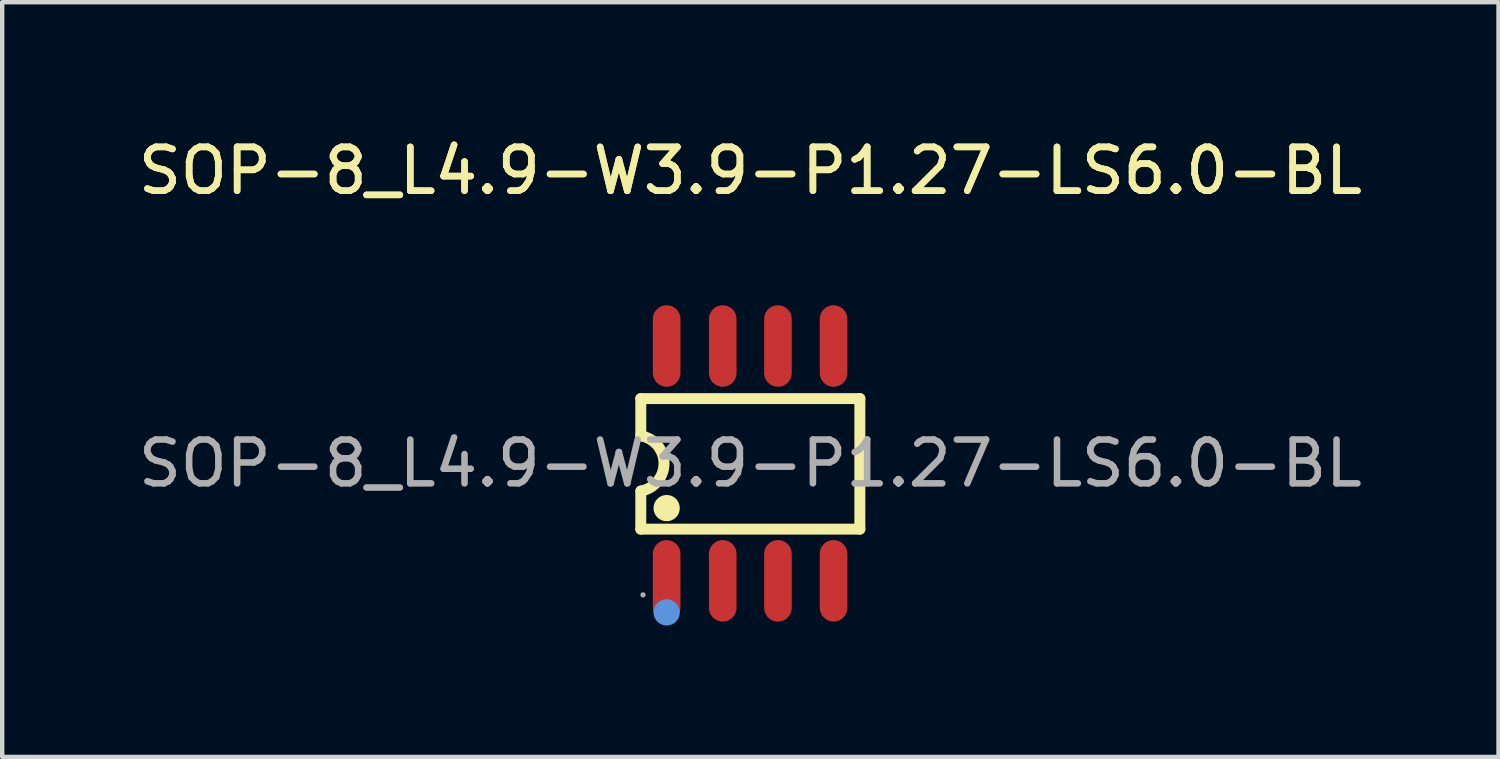
<source format=kicad_pcb>
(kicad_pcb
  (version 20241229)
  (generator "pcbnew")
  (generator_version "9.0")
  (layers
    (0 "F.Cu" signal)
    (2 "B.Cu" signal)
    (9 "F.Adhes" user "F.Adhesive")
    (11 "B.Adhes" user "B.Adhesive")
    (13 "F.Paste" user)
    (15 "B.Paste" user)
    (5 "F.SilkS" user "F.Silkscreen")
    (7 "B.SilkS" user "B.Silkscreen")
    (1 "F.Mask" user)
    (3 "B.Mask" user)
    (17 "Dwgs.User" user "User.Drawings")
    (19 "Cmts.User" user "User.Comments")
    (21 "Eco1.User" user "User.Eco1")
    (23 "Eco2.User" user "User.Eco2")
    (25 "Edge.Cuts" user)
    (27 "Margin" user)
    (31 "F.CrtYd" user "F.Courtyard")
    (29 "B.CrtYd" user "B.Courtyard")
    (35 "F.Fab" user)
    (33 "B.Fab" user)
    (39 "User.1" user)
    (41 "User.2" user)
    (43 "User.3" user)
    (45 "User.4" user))
  (footprint "SOP-8_L4.9-W3.9-P1.27-LS6.0-BL"
    (layer "F.Cu")
    (at 14.077 7.528)
    (property "Reference" "SOP-8_L4.9-W3.9-P1.27-LS6.0-BL" (at 0 -6.68 0) (layer "F.SilkS") (effects (font (size 1 1) (thickness 0.15))))
    (attr smd)
    (fp_line (start -2.5 -1.48) (end 2.5 -1.48) (stroke (width 0.25) (type solid)) (layer "F.SilkS"))
    (fp_line (start -2.5 -0.63) (end -2.5 -1.48) (stroke (width 0.25) (type solid)) (layer "F.SilkS"))
    (fp_line (start -2.5 0.63) (end -2.5 1.5) (stroke (width 0.25) (type solid)) (layer "F.SilkS"))
    (fp_line (start -2.5 1.5) (end 2.5 1.5) (stroke (width 0.25) (type solid)) (layer "F.SilkS"))
    (fp_line (start 2.5 1.5) (end 2.5 -1.48) (stroke (width 0.25) (type solid)) (layer "F.SilkS"))
    (fp_arc (start -2.5 -0.63) (mid -1.970474 -0.002632) (end -2.494818 0.629073) (stroke (width 0.25) (type solid)) (layer "F.SilkS"))
    (fp_circle (center -1.91 1.02) (end -1.76 1.02) (stroke (width 0.3) (type solid)) (fill no) (layer "F.SilkS"))
    (fp_circle (center -1.91 3.4) (end -1.76 3.4) (stroke (width 0.3) (type solid)) (fill no) (layer "Cmts.User"))
    (fp_circle (center -2.45 3) (end -2.42 3) (stroke (width 0.06) (type solid)) (fill no) (layer "F.Fab"))
    (fp_text user "${REFERENCE}" (at 0 -6.68 0) (layer "F.SilkS") (effects (font (size 1 1) (thickness 0.15))))
    (fp_text user "${REFERENCE}" (at 0 0 0) (layer "F.Fab") (effects (font (size 1 1) (thickness 0.15))))
    (pad "1" smd oval (at -1.91 2.68) (size 0.63 1.86) (layers "F.Cu" "F.Mask" "F.Paste"))
    (pad "2" smd oval (at -0.63 2.68) (size 0.63 1.86) (layers "F.Cu" "F.Mask" "F.Paste"))
    (pad "3" smd oval (at 0.63 2.68) (size 0.63 1.86) (layers "F.Cu" "F.Mask" "F.Paste"))
    (pad "4" smd oval (at 1.9 2.68) (size 0.63 1.86) (layers "F.Cu" "F.Mask" "F.Paste"))
    (pad "5" smd oval (at 1.9 -2.68) (size 0.63 1.86) (layers "F.Cu" "F.Mask" "F.Paste"))
    (pad "6" smd oval (at 0.63 -2.68) (size 0.63 1.86) (layers "F.Cu" "F.Mask" "F.Paste"))
    (pad "7" smd oval (at -0.63 -2.68) (size 0.63 1.86) (layers "F.Cu" "F.Mask" "F.Paste"))
    (pad "8" smd oval (at -1.91 -2.68) (size 0.63 1.86) (layers "F.Cu" "F.Mask" "F.Paste")))
  (gr_rect
    (start -3 -3)
    (end 31.155 14.228)
    (stroke (width 0.1) (type default))
    (fill no)
    (layer "Edge.Cuts")))
</source>
